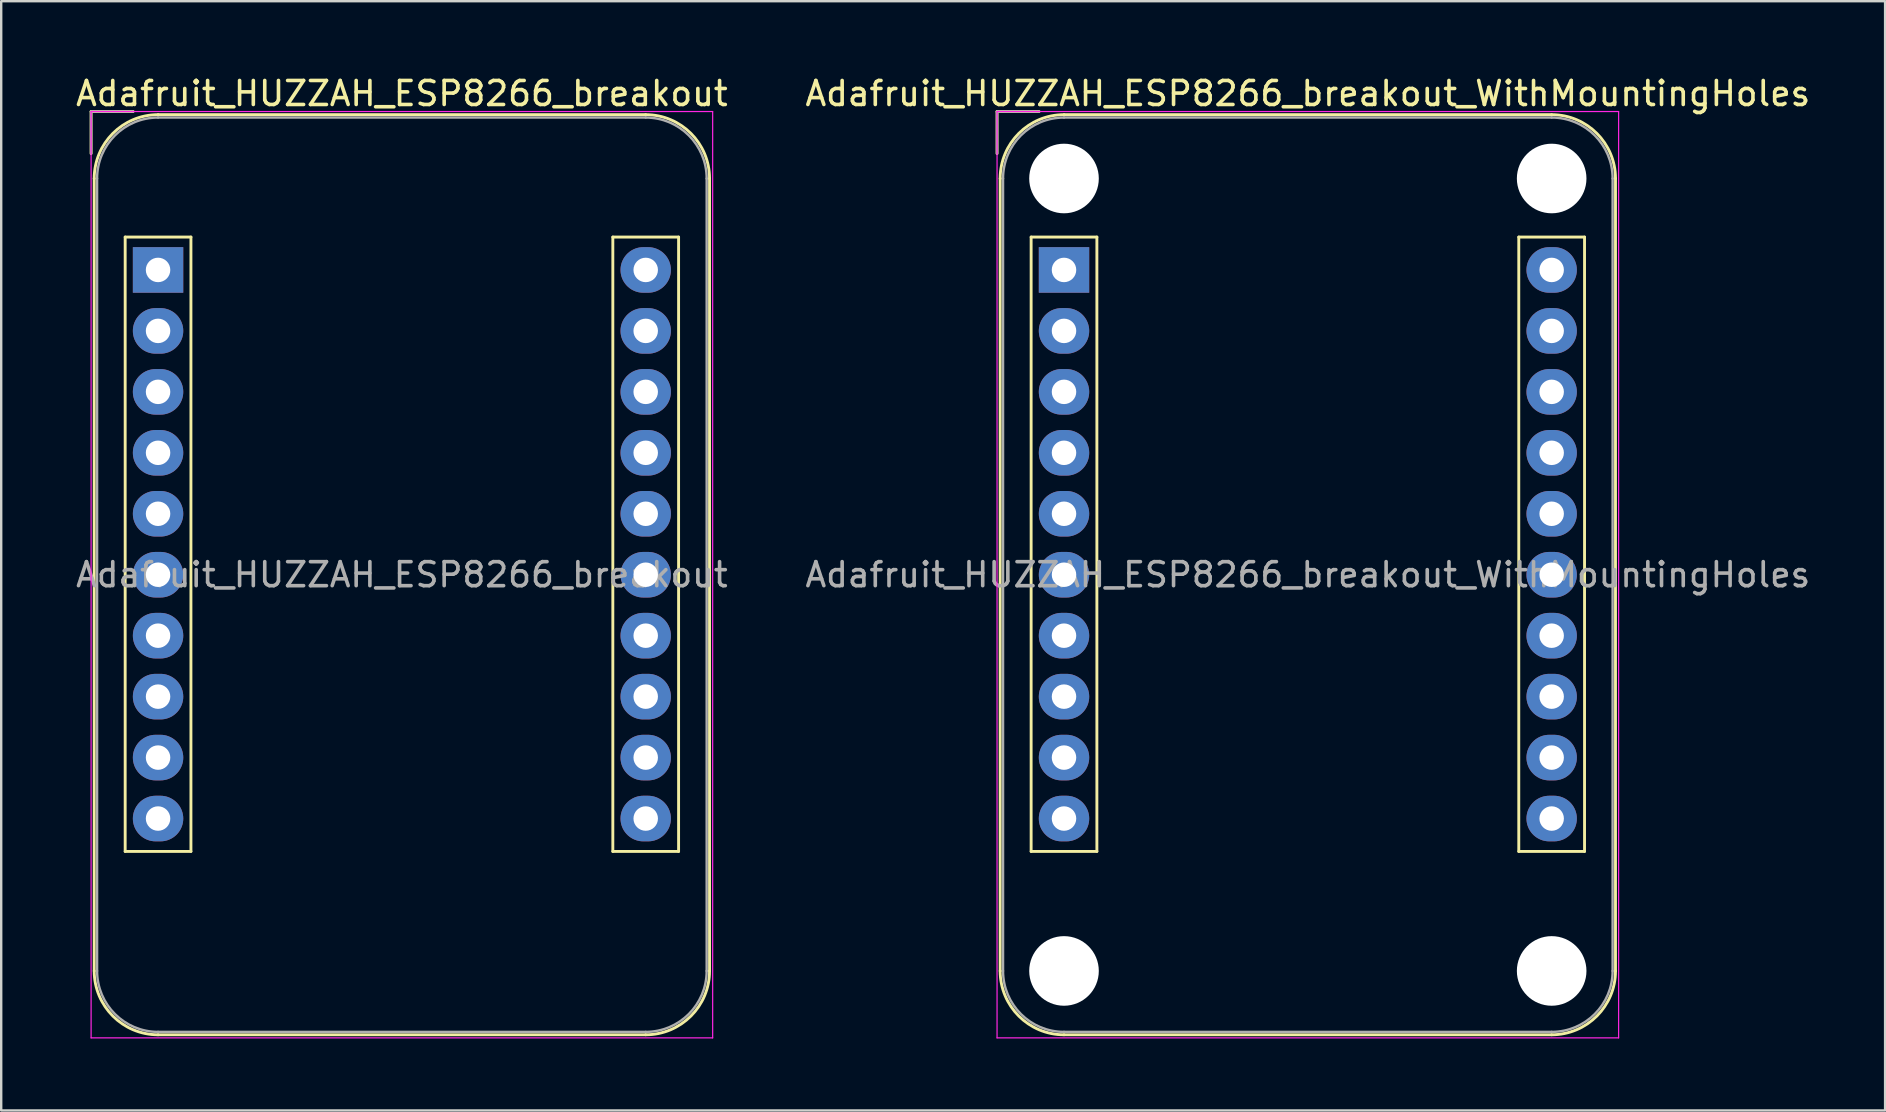
<source format=kicad_pcb>
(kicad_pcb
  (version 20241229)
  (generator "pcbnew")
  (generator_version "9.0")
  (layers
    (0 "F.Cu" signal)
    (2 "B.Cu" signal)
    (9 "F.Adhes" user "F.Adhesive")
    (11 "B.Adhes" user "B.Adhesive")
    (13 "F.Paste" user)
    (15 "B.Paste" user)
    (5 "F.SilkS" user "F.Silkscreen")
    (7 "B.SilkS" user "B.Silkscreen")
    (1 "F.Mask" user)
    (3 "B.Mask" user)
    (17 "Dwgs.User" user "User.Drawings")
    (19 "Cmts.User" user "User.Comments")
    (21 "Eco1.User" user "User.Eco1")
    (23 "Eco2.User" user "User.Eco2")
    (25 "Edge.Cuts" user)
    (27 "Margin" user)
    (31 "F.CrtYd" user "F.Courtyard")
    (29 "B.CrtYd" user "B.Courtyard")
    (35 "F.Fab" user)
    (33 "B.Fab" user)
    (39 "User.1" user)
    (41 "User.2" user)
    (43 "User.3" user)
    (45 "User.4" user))
  (footprint "Adafruit_HUZZAH_ESP8266_breakout_WithMountingHoles"
    (layer "F.Cu")
    (at 41.286 8.198)
    (property "Reference" "Adafruit_HUZZAH_ESP8266_breakout_WithMountingHoles" (at 10.16 -7.35 0) (layer "F.SilkS") (effects (font (size 1 1) (thickness 0.15))))
    (attr through_hole)
    (fp_line (start -2.79 -6.6) (end -1.04 -6.6) (stroke (width 0.12) (type solid)) (layer "F.SilkS"))
    (fp_line (start -2.79 -4.85) (end -2.79 -6.6) (stroke (width 0.12) (type solid)) (layer "F.SilkS"))
    (fp_line (start -2.66 -3.81) (end -2.66 29.21) (stroke (width 0.12) (type solid)) (layer "F.SilkS"))
    (fp_line (start -1.37 -1.37) (end -1.37 24.23) (stroke (width 0.12) (type solid)) (layer "F.SilkS"))
    (fp_line (start -1.37 24.23) (end 1.37 24.23) (stroke (width 0.12) (type solid)) (layer "F.SilkS"))
    (fp_line (start 0 -6.47) (end 20.32 -6.47) (stroke (width 0.12) (type solid)) (layer "F.SilkS"))
    (fp_line (start 0 31.87) (end 20.32 31.87) (stroke (width 0.12) (type solid)) (layer "F.SilkS"))
    (fp_line (start 1.37 -1.37) (end -1.37 -1.37) (stroke (width 0.12) (type solid)) (layer "F.SilkS"))
    (fp_line (start 1.37 24.23) (end 1.37 -1.37) (stroke (width 0.12) (type solid)) (layer "F.SilkS"))
    (fp_line (start 18.95 -1.37) (end 18.95 24.23) (stroke (width 0.12) (type solid)) (layer "F.SilkS"))
    (fp_line (start 18.95 24.23) (end 21.69 24.23) (stroke (width 0.12) (type solid)) (layer "F.SilkS"))
    (fp_line (start 21.69 -1.37) (end 18.95 -1.37) (stroke (width 0.12) (type solid)) (layer "F.SilkS"))
    (fp_line (start 21.69 24.23) (end 21.69 -1.37) (stroke (width 0.12) (type solid)) (layer "F.SilkS"))
    (fp_line (start 22.98 -3.81) (end 22.98 29.21) (stroke (width 0.12) (type solid)) (layer "F.SilkS"))
    (fp_arc (start -2.66 -3.81) (mid -1.880904 -5.690904) (end 0 -6.47) (stroke (width 0.12) (type solid)) (layer "F.SilkS"))
    (fp_arc (start 0 31.87) (mid -1.880904 31.090904) (end -2.66 29.21) (stroke (width 0.12) (type solid)) (layer "F.SilkS"))
    (fp_arc (start 20.32 -6.47) (mid 22.200904 -5.690904) (end 22.98 -3.81) (stroke (width 0.12) (type solid)) (layer "F.SilkS"))
    (fp_arc (start 22.98 29.21) (mid 22.200904 31.090904) (end 20.32 31.87) (stroke (width 0.12) (type solid)) (layer "F.SilkS"))
    (fp_line (start -2.79 -6.6) (end -2.79 32) (stroke (width 0.05) (type solid)) (layer "F.CrtYd"))
    (fp_line (start -2.79 32) (end 23.11 32) (stroke (width 0.05) (type solid)) (layer "F.CrtYd"))
    (fp_line (start 23.11 -6.6) (end -2.79 -6.6) (stroke (width 0.05) (type solid)) (layer "F.CrtYd"))
    (fp_line (start 23.11 32) (end 23.11 -6.6) (stroke (width 0.05) (type solid)) (layer "F.CrtYd"))
    (fp_line (start -2.79 -6.6) (end -1.04 -6.6) (stroke (width 0.1) (type solid)) (layer "F.Fab"))
    (fp_line (start -2.79 -4.85) (end -2.79 -6.6) (stroke (width 0.1) (type solid)) (layer "F.Fab"))
    (fp_line (start -2.54 -3.81) (end -2.54 29.21) (stroke (width 0.1) (type solid)) (layer "F.Fab"))
    (fp_line (start 0 -6.35) (end 20.32 -6.35) (stroke (width 0.1) (type solid)) (layer "F.Fab"))
    (fp_line (start 0 31.75) (end 20.32 31.75) (stroke (width 0.1) (type solid)) (layer "F.Fab"))
    (fp_line (start 22.86 -3.81) (end 22.86 29.21) (stroke (width 0.1) (type solid)) (layer "F.Fab"))
    (fp_arc (start -2.54 -3.81) (mid -1.796051 -5.606051) (end 0 -6.35) (stroke (width 0.1) (type solid)) (layer "F.Fab"))
    (fp_arc (start 0 31.75) (mid -1.796051 31.006051) (end -2.54 29.21) (stroke (width 0.1) (type solid)) (layer "F.Fab"))
    (fp_arc (start 20.32 -6.35) (mid 22.116051 -5.606051) (end 22.86 -3.81) (stroke (width 0.1) (type solid)) (layer "F.Fab"))
    (fp_arc (start 22.86 29.21) (mid 22.116051 31.006051) (end 20.32 31.75) (stroke (width 0.1) (type solid)) (layer "F.Fab"))
    (fp_text user "${REFERENCE}" (at 10.16 12.7 0) (layer "F.Fab") (effects (font (size 1 1) (thickness 0.15))))
    (pad "" np_thru_hole circle (at 0 -3.81) (size 2.9 2.9) (drill 2.9) (layers "*.Cu" "*.Mask"))
    (pad "" np_thru_hole circle (at 0 29.21) (size 2.9 2.9) (drill 2.9) (layers "*.Cu" "*.Mask"))
    (pad "" np_thru_hole circle (at 20.32 -3.81) (size 2.9 2.9) (drill 2.9) (layers "*.Cu" "*.Mask"))
    (pad "" np_thru_hole circle (at 20.32 29.21) (size 2.9 2.9) (drill 2.9) (layers "*.Cu" "*.Mask"))
    (pad "1" thru_hole rect (at 0 0) (size 2.1 1.9) (drill 1.02) (layers "*.Cu" "*.Mask"))
    (pad "2" thru_hole oval (at 0 2.54) (size 2.1 1.9) (drill 1.02) (layers "*.Cu" "*.Mask"))
    (pad "3" thru_hole oval (at 0 5.08) (size 2.1 1.9) (drill 1.02) (layers "*.Cu" "*.Mask"))
    (pad "4" thru_hole oval (at 0 7.62) (size 2.1 1.9) (drill 1.02) (layers "*.Cu" "*.Mask"))
    (pad "5" thru_hole oval (at 0 10.16) (size 2.1 1.9) (drill 1.02) (layers "*.Cu" "*.Mask"))
    (pad "6" thru_hole oval (at 0 12.7) (size 2.1 1.9) (drill 1.02) (layers "*.Cu" "*.Mask"))
    (pad "7" thru_hole oval (at 0 15.24) (size 2.1 1.9) (drill 1.02) (layers "*.Cu" "*.Mask"))
    (pad "8" thru_hole oval (at 0 17.78) (size 2.1 1.9) (drill 1.02) (layers "*.Cu" "*.Mask"))
    (pad "9" thru_hole oval (at 0 20.32) (size 2.1 1.9) (drill 1.02) (layers "*.Cu" "*.Mask"))
    (pad "10" thru_hole oval (at 0 22.86) (size 2.1 1.9) (drill 1.02) (layers "*.Cu" "*.Mask"))
    (pad "11" thru_hole oval (at 20.32 22.86) (size 2.1 1.9) (drill 1.02) (layers "*.Cu" "*.Mask"))
    (pad "12" thru_hole oval (at 20.32 20.32) (size 2.1 1.9) (drill 1.02) (layers "*.Cu" "*.Mask"))
    (pad "13" thru_hole oval (at 20.32 17.78) (size 2.1 1.9) (drill 1.02) (layers "*.Cu" "*.Mask"))
    (pad "14" thru_hole oval (at 20.32 15.24) (size 2.1 1.9) (drill 1.02) (layers "*.Cu" "*.Mask"))
    (pad "15" thru_hole oval (at 20.32 12.7) (size 2.1 1.9) (drill 1.02) (layers "*.Cu" "*.Mask"))
    (pad "16" thru_hole oval (at 20.32 10.16) (size 2.1 1.9) (drill 1.02) (layers "*.Cu" "*.Mask"))
    (pad "17" thru_hole oval (at 20.32 7.62) (size 2.1 1.9) (drill 1.02) (layers "*.Cu" "*.Mask"))
    (pad "18" thru_hole oval (at 20.32 5.08) (size 2.1 1.9) (drill 1.02) (layers "*.Cu" "*.Mask"))
    (pad "19" thru_hole oval (at 20.32 2.54) (size 2.1 1.9) (drill 1.02) (layers "*.Cu" "*.Mask"))
    (pad "20" thru_hole oval (at 20.32 0) (size 2.1 1.9) (drill 1.02) (layers "*.Cu" "*.Mask")))
  (footprint "Adafruit_HUZZAH_ESP8266_breakout"
    (layer "F.Cu")
    (at 3.536 8.198)
    (property "Reference" "Adafruit_HUZZAH_ESP8266_breakout" (at 10.16 -7.35 0) (layer "F.SilkS") (effects (font (size 1 1) (thickness 0.15))))
    (attr through_hole)
    (fp_line (start -2.79 -6.6) (end -1.04 -6.6) (stroke (width 0.12) (type solid)) (layer "F.SilkS"))
    (fp_line (start -2.79 -4.85) (end -2.79 -6.6) (stroke (width 0.12) (type solid)) (layer "F.SilkS"))
    (fp_line (start -2.66 -3.81) (end -2.66 29.21) (stroke (width 0.12) (type solid)) (layer "F.SilkS"))
    (fp_line (start -1.37 -1.37) (end -1.37 24.23) (stroke (width 0.12) (type solid)) (layer "F.SilkS"))
    (fp_line (start -1.37 24.23) (end 1.37 24.23) (stroke (width 0.12) (type solid)) (layer "F.SilkS"))
    (fp_line (start 0 -6.47) (end 20.32 -6.47) (stroke (width 0.12) (type solid)) (layer "F.SilkS"))
    (fp_line (start 0 31.87) (end 20.32 31.87) (stroke (width 0.12) (type solid)) (layer "F.SilkS"))
    (fp_line (start 1.37 -1.37) (end -1.37 -1.37) (stroke (width 0.12) (type solid)) (layer "F.SilkS"))
    (fp_line (start 1.37 24.23) (end 1.37 -1.37) (stroke (width 0.12) (type solid)) (layer "F.SilkS"))
    (fp_line (start 18.95 -1.37) (end 18.95 24.23) (stroke (width 0.12) (type solid)) (layer "F.SilkS"))
    (fp_line (start 18.95 24.23) (end 21.69 24.23) (stroke (width 0.12) (type solid)) (layer "F.SilkS"))
    (fp_line (start 21.69 -1.37) (end 18.95 -1.37) (stroke (width 0.12) (type solid)) (layer "F.SilkS"))
    (fp_line (start 21.69 24.23) (end 21.69 -1.37) (stroke (width 0.12) (type solid)) (layer "F.SilkS"))
    (fp_line (start 22.98 -3.81) (end 22.98 29.21) (stroke (width 0.12) (type solid)) (layer "F.SilkS"))
    (fp_arc (start -2.66 -3.81) (mid -1.880904 -5.690904) (end 0 -6.47) (stroke (width 0.12) (type solid)) (layer "F.SilkS"))
    (fp_arc (start 0 31.87) (mid -1.880904 31.090904) (end -2.66 29.21) (stroke (width 0.12) (type solid)) (layer "F.SilkS"))
    (fp_arc (start 20.32 -6.47) (mid 22.200904 -5.690904) (end 22.98 -3.81) (stroke (width 0.12) (type solid)) (layer "F.SilkS"))
    (fp_arc (start 22.98 29.21) (mid 22.200904 31.090904) (end 20.32 31.87) (stroke (width 0.12) (type solid)) (layer "F.SilkS"))
    (fp_line (start -2.79 -6.6) (end -2.79 32) (stroke (width 0.05) (type solid)) (layer "F.CrtYd"))
    (fp_line (start -2.79 32) (end 23.11 32) (stroke (width 0.05) (type solid)) (layer "F.CrtYd"))
    (fp_line (start 23.11 -6.6) (end -2.79 -6.6) (stroke (width 0.05) (type solid)) (layer "F.CrtYd"))
    (fp_line (start 23.11 32) (end 23.11 -6.6) (stroke (width 0.05) (type solid)) (layer "F.CrtYd"))
    (fp_line (start -2.79 -6.6) (end -1.04 -6.6) (stroke (width 0.1) (type solid)) (layer "F.Fab"))
    (fp_line (start -2.79 -4.85) (end -2.79 -6.6) (stroke (width 0.1) (type solid)) (layer "F.Fab"))
    (fp_line (start -2.54 -3.81) (end -2.54 29.21) (stroke (width 0.1) (type solid)) (layer "F.Fab"))
    (fp_line (start 0 -6.35) (end 20.32 -6.35) (stroke (width 0.1) (type solid)) (layer "F.Fab"))
    (fp_line (start 0 31.75) (end 20.32 31.75) (stroke (width 0.1) (type solid)) (layer "F.Fab"))
    (fp_line (start 22.86 -3.81) (end 22.86 29.21) (stroke (width 0.1) (type solid)) (layer "F.Fab"))
    (fp_arc (start -2.54 -3.81) (mid -1.796051 -5.606051) (end 0 -6.35) (stroke (width 0.1) (type solid)) (layer "F.Fab"))
    (fp_arc (start 0 31.75) (mid -1.796051 31.006051) (end -2.54 29.21) (stroke (width 0.1) (type solid)) (layer "F.Fab"))
    (fp_arc (start 20.32 -6.35) (mid 22.116051 -5.606051) (end 22.86 -3.81) (stroke (width 0.1) (type solid)) (layer "F.Fab"))
    (fp_arc (start 22.86 29.21) (mid 22.116051 31.006051) (end 20.32 31.75) (stroke (width 0.1) (type solid)) (layer "F.Fab"))
    (fp_text user "${REFERENCE}" (at 10.16 12.7 0) (layer "F.Fab") (effects (font (size 1 1) (thickness 0.15))))
    (pad "1" thru_hole rect (at 0 0) (size 2.1 1.9) (drill 1.02) (layers "*.Cu" "*.Mask"))
    (pad "2" thru_hole oval (at 0 2.54) (size 2.1 1.9) (drill 1.02) (layers "*.Cu" "*.Mask"))
    (pad "3" thru_hole oval (at 0 5.08) (size 2.1 1.9) (drill 1.02) (layers "*.Cu" "*.Mask"))
    (pad "4" thru_hole oval (at 0 7.62) (size 2.1 1.9) (drill 1.02) (layers "*.Cu" "*.Mask"))
    (pad "5" thru_hole oval (at 0 10.16) (size 2.1 1.9) (drill 1.02) (layers "*.Cu" "*.Mask"))
    (pad "6" thru_hole oval (at 0 12.7) (size 2.1 1.9) (drill 1.02) (layers "*.Cu" "*.Mask"))
    (pad "7" thru_hole oval (at 0 15.24) (size 2.1 1.9) (drill 1.02) (layers "*.Cu" "*.Mask"))
    (pad "8" thru_hole oval (at 0 17.78) (size 2.1 1.9) (drill 1.02) (layers "*.Cu" "*.Mask"))
    (pad "9" thru_hole oval (at 0 20.32) (size 2.1 1.9) (drill 1.02) (layers "*.Cu" "*.Mask"))
    (pad "10" thru_hole oval (at 0 22.86) (size 2.1 1.9) (drill 1.02) (layers "*.Cu" "*.Mask"))
    (pad "11" thru_hole oval (at 20.32 22.86) (size 2.1 1.9) (drill 1.02) (layers "*.Cu" "*.Mask"))
    (pad "12" thru_hole oval (at 20.32 20.32) (size 2.1 1.9) (drill 1.02) (layers "*.Cu" "*.Mask"))
    (pad "13" thru_hole oval (at 20.32 17.78) (size 2.1 1.9) (drill 1.02) (layers "*.Cu" "*.Mask"))
    (pad "14" thru_hole oval (at 20.32 15.24) (size 2.1 1.9) (drill 1.02) (layers "*.Cu" "*.Mask"))
    (pad "15" thru_hole oval (at 20.32 12.7) (size 2.1 1.9) (drill 1.02) (layers "*.Cu" "*.Mask"))
    (pad "16" thru_hole oval (at 20.32 10.16) (size 2.1 1.9) (drill 1.02) (layers "*.Cu" "*.Mask"))
    (pad "17" thru_hole oval (at 20.32 7.62) (size 2.1 1.9) (drill 1.02) (layers "*.Cu" "*.Mask"))
    (pad "18" thru_hole oval (at 20.32 5.08) (size 2.1 1.9) (drill 1.02) (layers "*.Cu" "*.Mask"))
    (pad "19" thru_hole oval (at 20.32 2.54) (size 2.1 1.9) (drill 1.02) (layers "*.Cu" "*.Mask"))
    (pad "20" thru_hole oval (at 20.32 0) (size 2.1 1.9) (drill 1.02) (layers "*.Cu" "*.Mask")))
  (gr_rect
    (start -3 -3)
    (end 75.5 43.223)
    (stroke (width 0.1) (type default))
    (fill no)
    (layer "Edge.Cuts")))
</source>
